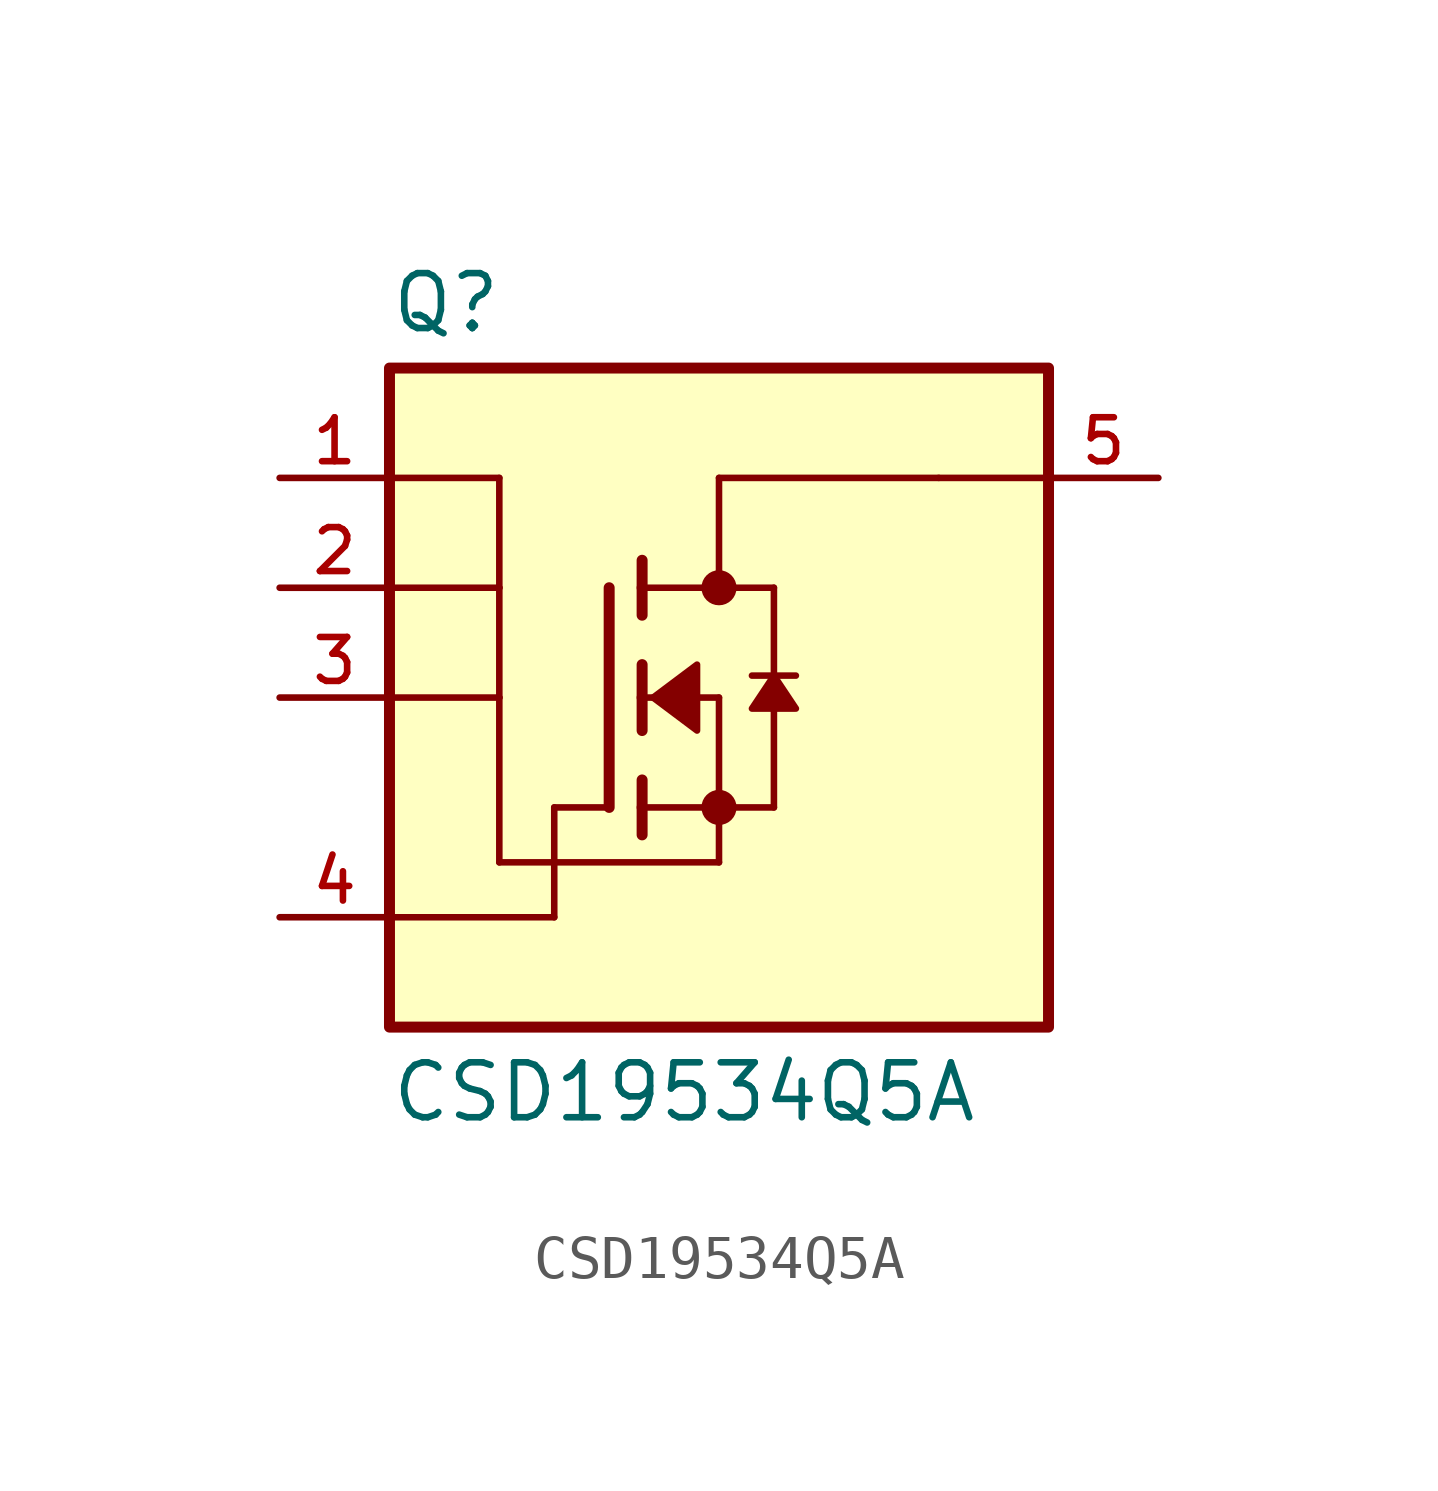
<source format=kicad_sym>
(kicad_symbol_lib
  (version 20211014)
  (generator kicad_symbol_editor)
  (symbol "CSD19534Q5A"
    (pin_names
      (offset 1.016))
    (property "Reference" "Q"
      (at -7.62 8.382 0)
      (effects (font (size 1.27 1.27)) (justify bottom left)))
    (property "Value" "CSD19534Q5A"
      (at -7.62 -8.382 0)
      (effects (font (size 1.27 1.27)) (justify top left)))
    (symbol "CSD19534Q5A_0_0"
      (polyline (pts (xy -1.778 0.762) (xy -1.778 0.0)) (stroke (width 0.254)))
      (polyline (pts (xy -1.778 0.0) (xy -1.778 -0.762)) (stroke (width 0.254)))
      (polyline (pts (xy -1.778 3.175) (xy -1.778 2.54)) (stroke (width 0.254)))
      (polyline (pts (xy -1.778 2.54) (xy -1.778 1.905)) (stroke (width 0.254)))
      (polyline (pts (xy -1.778 0.0) (xy 0.0 0.0)) (stroke (width 0.152)))
      (polyline (pts (xy 0.0 0.0) (xy 0.0 -2.54)) (stroke (width 0.152)))
      (polyline (pts (xy -1.778 -1.905) (xy -1.778 -2.54)) (stroke (width 0.254)))
      (polyline (pts (xy -1.778 -2.54) (xy -1.778 -3.175)) (stroke (width 0.254)))
      (polyline (pts (xy -2.54 2.54) (xy -2.54 -2.54)) (stroke (width 0.254)))
      (polyline (pts (xy 0.0 -2.54) (xy -1.778 -2.54)) (stroke (width 0.152)))
      (polyline (pts (xy 1.27 2.54) (xy 1.27 0.508)) (stroke (width 0.152)))
      (polyline (pts (xy 1.27 0.508) (xy 1.27 -2.54)) (stroke (width 0.152)))
      (polyline (pts (xy 0.0 -2.54) (xy 1.27 -2.54)) (stroke (width 0.152)))
      (polyline (pts (xy -1.778 2.54) (xy 0.0 2.54)) (stroke (width 0.152)))
      (polyline (pts (xy 0.0 2.54) (xy 1.27 2.54)) (stroke (width 0.152)))
      (polyline (pts (xy 1.778 0.508) (xy 1.27 0.508)) (stroke (width 0.152)))
      (polyline (pts (xy 1.27 0.508) (xy 0.762 0.508)) (stroke (width 0.152)))
      (circle (center 0.0 2.54) (radius 0.203) (stroke (width 0.406)) (fill (type none)))
      (polyline (pts (xy 1.27 0.508) (xy 0.762 -0.254) (xy 1.778 -0.254) (xy 1.27 0.508)) (stroke (width 0.152)) (fill (type outline)))
      (polyline (pts (xy -1.524 0.0) (xy -0.508 0.762) (xy -0.508 -0.762) (xy -1.524 0.0)) (stroke (width 0.152)) (fill (type outline)))
      (polyline (pts (xy 5.08 5.08) (xy 0.0 5.08)) (stroke (width 0.152)))
      (polyline (pts (xy 0.0 5.08) (xy 0.0 2.54)) (stroke (width 0.152)))
      (polyline (pts (xy 5.08 5.08) (xy 7.62 5.08)) (stroke (width 0.152)))
      (polyline (pts (xy -7.62 -5.08) (xy -3.81 -5.08)) (stroke (width 0.152)))
      (polyline (pts (xy -3.81 -5.08) (xy -3.81 -2.54)) (stroke (width 0.152)))
      (polyline (pts (xy -3.81 -2.54) (xy -2.54 -2.54)) (stroke (width 0.152)))
      (polyline (pts (xy -7.62 5.08) (xy -5.08 5.08)) (stroke (width 0.152)))
      (polyline (pts (xy -5.08 5.08) (xy -5.08 2.54)) (stroke (width 0.152)))
      (polyline (pts (xy -5.08 2.54) (xy -5.08 0.0)) (stroke (width 0.152)))
      (polyline (pts (xy -5.08 0.0) (xy -7.62 0.0)) (stroke (width 0.152)))
      (polyline (pts (xy -7.62 2.54) (xy -5.08 2.54)) (stroke (width 0.152)))
      (polyline (pts (xy -5.08 0.0) (xy -5.08 -3.81)) (stroke (width 0.152)))
      (polyline (pts (xy -5.08 -3.81) (xy 0.0 -3.81)) (stroke (width 0.152)))
      (polyline (pts (xy 0.0 -3.81) (xy 0.0 -2.54)) (stroke (width 0.152)))
      (circle (center 0.0 -2.54) (radius 0.203) (stroke (width 0.406)) (fill (type none)))
      (rectangle (start -7.62 -7.62) (end 7.62 7.62) (stroke (width 0.254)) (fill (type background)))
      (pin passive line (at -10.16 5.08 0) (length 2.54) (name "~" (effects (font (size 1.016 1.016)))) (number "1" (effects (font (size 1.016 1.016)))))
      (pin passive line (at -10.16 -5.08 0) (length 2.54) (name "~" (effects (font (size 1.016 1.016)))) (number "4" (effects (font (size 1.016 1.016)))))
      (pin passive line (at 10.16 5.08 180.0) (length 2.54) (name "~" (effects (font (size 1.016 1.016)))) (number "5" (effects (font (size 1.016 1.016)))))
      (pin passive line (at -10.16 2.54 0) (length 2.54) (name "~" (effects (font (size 1.016 1.016)))) (number "2" (effects (font (size 1.016 1.016)))))
      (pin passive line (at -10.16 0.0 0) (length 2.54) (name "~" (effects (font (size 1.016 1.016)))) (number "3" (effects (font (size 1.016 1.016))))))))
</source>
